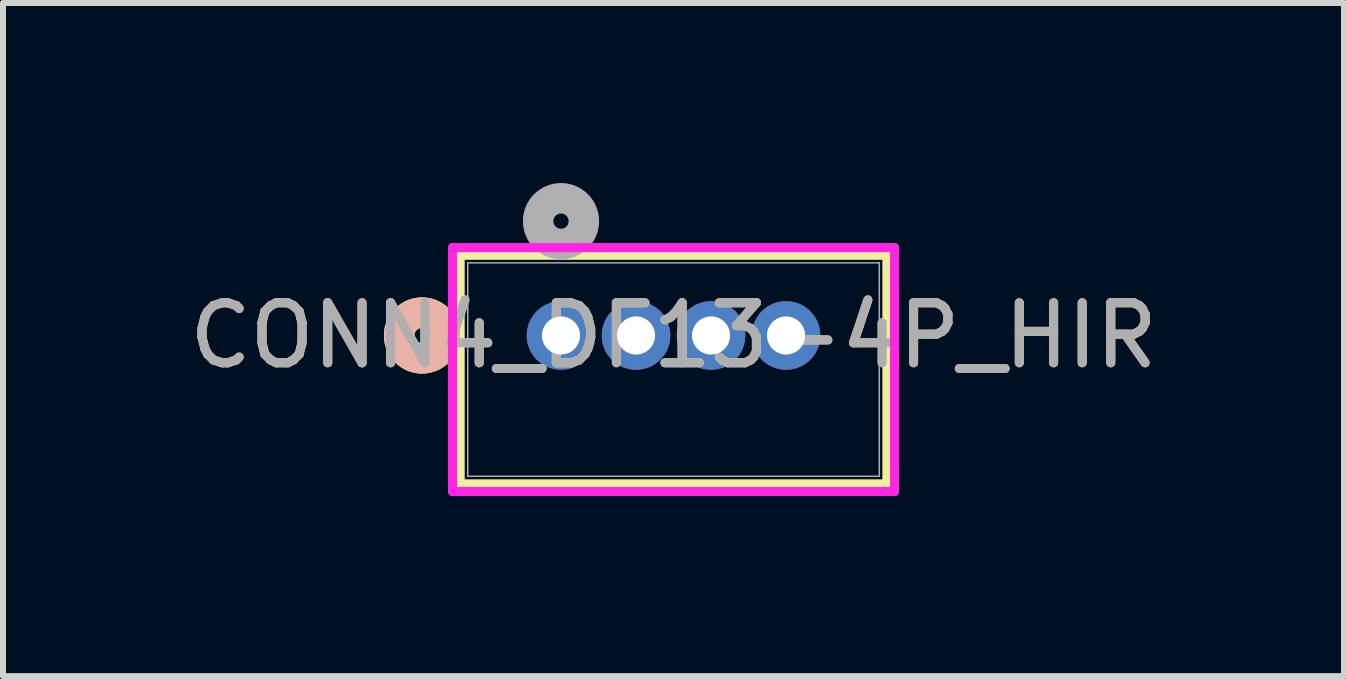
<source format=kicad_pcb>
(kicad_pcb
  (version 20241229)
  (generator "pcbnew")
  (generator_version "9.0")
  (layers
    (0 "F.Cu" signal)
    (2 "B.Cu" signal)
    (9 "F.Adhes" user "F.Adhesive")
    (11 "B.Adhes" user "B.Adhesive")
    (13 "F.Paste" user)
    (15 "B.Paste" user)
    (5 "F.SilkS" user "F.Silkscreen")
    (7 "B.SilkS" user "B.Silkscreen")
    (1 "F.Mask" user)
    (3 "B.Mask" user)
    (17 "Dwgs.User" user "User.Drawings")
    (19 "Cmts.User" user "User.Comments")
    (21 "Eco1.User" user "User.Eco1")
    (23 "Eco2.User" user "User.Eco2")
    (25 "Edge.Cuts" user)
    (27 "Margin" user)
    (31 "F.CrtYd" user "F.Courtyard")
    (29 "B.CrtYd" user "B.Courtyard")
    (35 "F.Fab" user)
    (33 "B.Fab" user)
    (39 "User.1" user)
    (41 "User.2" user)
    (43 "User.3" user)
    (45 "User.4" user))
  (footprint "CONN4_DF13-4P_HIR"
    (layer "F.Cu")
    (at 6.298 2.54)
    (property "Reference" "CONN4_DF13-4P_HIR" (at 1.875 0 0) (unlocked yes) (layer "F.SilkS") (effects (font (size 1 1) (thickness 0.15))))
    (attr through_hole)
    (fp_line (start -1.681 -1.337) (end -1.681 2.473) (stroke (width 0.152) (type solid)) (layer "F.SilkS"))
    (fp_line (start -1.681 2.473) (end 5.431 2.473) (stroke (width 0.152) (type solid)) (layer "F.SilkS"))
    (fp_line (start 5.431 -1.337) (end -1.681 -1.337) (stroke (width 0.152) (type solid)) (layer "F.SilkS"))
    (fp_line (start 5.431 2.473) (end 5.431 -1.337) (stroke (width 0.152) (type solid)) (layer "F.SilkS"))
    (fp_circle (center -2.316 0) (end -1.935 0) (stroke (width 0.508) (type solid)) (fill no) (layer "F.SilkS"))
    (fp_circle (center -2.316 0) (end -1.935 0) (stroke (width 0.508) (type solid)) (fill no) (layer "B.SilkS"))
    (fp_line (start -1.808 -1.464) (end -1.808 2.6) (stroke (width 0.152) (type solid)) (layer "F.CrtYd"))
    (fp_line (start -1.808 2.6) (end 5.558 2.6) (stroke (width 0.152) (type solid)) (layer "F.CrtYd"))
    (fp_line (start 5.558 -1.464) (end -1.808 -1.464) (stroke (width 0.152) (type solid)) (layer "F.CrtYd"))
    (fp_line (start 5.558 2.6) (end 5.558 -1.464) (stroke (width 0.152) (type solid)) (layer "F.CrtYd"))
    (fp_line (start -1.554 -1.21) (end -1.554 2.346) (stroke (width 0.025) (type solid)) (layer "F.Fab"))
    (fp_line (start -1.554 2.346) (end 5.304 2.346) (stroke (width 0.025) (type solid)) (layer "F.Fab"))
    (fp_line (start 5.304 -1.21) (end -1.554 -1.21) (stroke (width 0.025) (type solid)) (layer "F.Fab"))
    (fp_line (start 5.304 2.346) (end 5.304 -1.21) (stroke (width 0.025) (type solid)) (layer "F.Fab"))
    (fp_circle (center 0 -1.905) (end 0.381 -1.905) (stroke (width 0.508) (type solid)) (fill no) (layer "F.Fab"))
    (fp_text user "${REFERENCE}" (at 1.875 0 0) (unlocked yes) (layer "F.Fab") (effects (font (size 1 1) (thickness 0.15))))
    (pad "1" thru_hole circle (at 0 0) (size 1.143 1.143) (drill 0.635) (layers "*.Cu" "*.Mask"))
    (pad "2" thru_hole circle (at 1.25 0) (size 1.143 1.143) (drill 0.635) (layers "*.Cu" "*.Mask"))
    (pad "3" thru_hole circle (at 2.5 0) (size 1.143 1.143) (drill 0.635) (layers "*.Cu" "*.Mask"))
    (pad "4" thru_hole circle (at 3.75 0) (size 1.143 1.143) (drill 0.635) (layers "*.Cu" "*.Mask")))
  (gr_rect
    (start -3 -3)
    (end 19.345 8.216)
    (stroke (width 0.1) (type default))
    (fill no)
    (layer "Edge.Cuts")))
</source>
